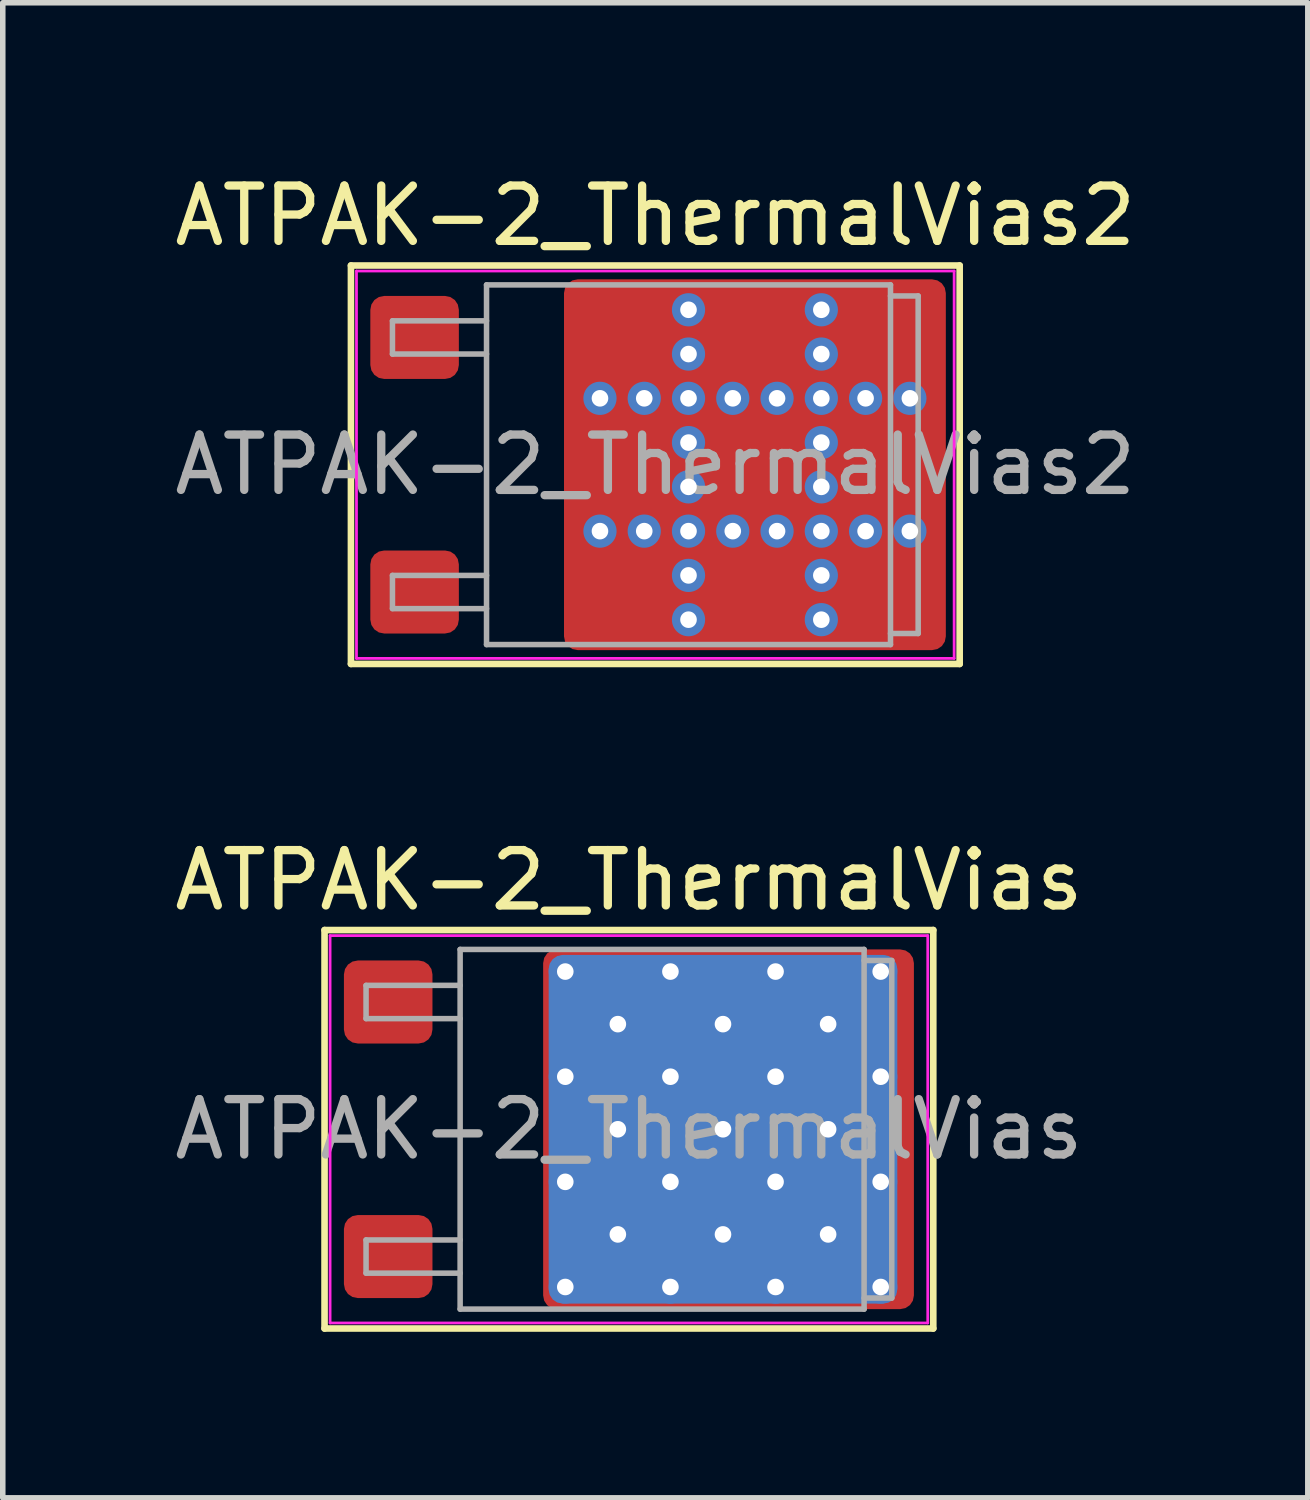
<source format=kicad_pcb>
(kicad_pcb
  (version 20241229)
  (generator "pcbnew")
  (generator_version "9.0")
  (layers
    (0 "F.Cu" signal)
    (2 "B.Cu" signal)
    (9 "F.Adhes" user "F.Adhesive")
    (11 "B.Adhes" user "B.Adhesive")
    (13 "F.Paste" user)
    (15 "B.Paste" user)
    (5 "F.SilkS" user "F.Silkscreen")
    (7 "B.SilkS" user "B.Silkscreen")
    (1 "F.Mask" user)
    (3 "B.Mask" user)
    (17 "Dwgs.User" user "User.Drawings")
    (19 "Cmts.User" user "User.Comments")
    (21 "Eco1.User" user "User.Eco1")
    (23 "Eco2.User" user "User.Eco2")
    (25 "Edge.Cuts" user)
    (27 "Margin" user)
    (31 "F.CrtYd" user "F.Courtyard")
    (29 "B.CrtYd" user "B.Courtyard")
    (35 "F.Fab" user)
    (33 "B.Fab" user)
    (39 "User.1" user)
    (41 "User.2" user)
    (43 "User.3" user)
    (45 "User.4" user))
  (footprint "ATPAK-2_ThermalVias2"
    (layer "F.Cu")
    (at 8.792 5.348)
    (property "Reference" "ATPAK-2_ThermalVias2" (at 0 -4.5 0) (layer "F.SilkS") (effects (font (size 1 1) (thickness 0.15))))
    (attr smd)
    (fp_line (start -5.5 -3.6) (end -5.5 3.6) (stroke (width 0.12) (type solid)) (layer "F.SilkS"))
    (fp_line (start -5.5 3.6) (end 5.5 3.6) (stroke (width 0.12) (type solid)) (layer "F.SilkS"))
    (fp_line (start 5.5 -3.6) (end -5.5 -3.6) (stroke (width 0.12) (type solid)) (layer "F.SilkS"))
    (fp_line (start 5.5 3.6) (end 5.5 -3.6) (stroke (width 0.12) (type solid)) (layer "F.SilkS"))
    (fp_line (start -5.4 -3.5) (end -5.4 3.5) (stroke (width 0.05) (type solid)) (layer "F.CrtYd"))
    (fp_line (start -5.4 3.5) (end 5.4 3.5) (stroke (width 0.05) (type solid)) (layer "F.CrtYd"))
    (fp_line (start 5.4 -3.5) (end -5.4 -3.5) (stroke (width 0.05) (type solid)) (layer "F.CrtYd"))
    (fp_line (start 5.4 3.5) (end 5.4 -3.5) (stroke (width 0.05) (type solid)) (layer "F.CrtYd"))
    (fp_line (start -4.75 -2.6) (end -4.75 -2) (stroke (width 0.1) (type solid)) (layer "F.Fab"))
    (fp_line (start -4.75 -2) (end -3.05 -2) (stroke (width 0.1) (type solid)) (layer "F.Fab"))
    (fp_line (start -4.75 2) (end -4.75 2.6) (stroke (width 0.1) (type solid)) (layer "F.Fab"))
    (fp_line (start -4.75 2.6) (end -3.05 2.6) (stroke (width 0.1) (type solid)) (layer "F.Fab"))
    (fp_line (start -3.05 -3.25) (end 4.25 -3.25) (stroke (width 0.1) (type solid)) (layer "F.Fab"))
    (fp_line (start -3.05 -2.6) (end -4.75 -2.6) (stroke (width 0.1) (type solid)) (layer "F.Fab"))
    (fp_line (start -3.05 2) (end -4.75 2) (stroke (width 0.1) (type solid)) (layer "F.Fab"))
    (fp_line (start -3.05 3.25) (end -3.05 -3.25) (stroke (width 0.1) (type solid)) (layer "F.Fab"))
    (fp_line (start 4.25 -3.25) (end 4.25 3.25) (stroke (width 0.1) (type solid)) (layer "F.Fab"))
    (fp_line (start 4.25 -3.05) (end 4.75 -3.05) (stroke (width 0.1) (type solid)) (layer "F.Fab"))
    (fp_line (start 4.25 3.25) (end -3.05 3.25) (stroke (width 0.1) (type solid)) (layer "F.Fab"))
    (fp_line (start 4.75 -3.05) (end 4.75 3.05) (stroke (width 0.1) (type solid)) (layer "F.Fab"))
    (fp_line (start 4.75 3.05) (end 4.25 3.05) (stroke (width 0.1) (type solid)) (layer "F.Fab"))
    (fp_text user "${REFERENCE}" (at 0 0 0) (layer "F.Fab") (effects (font (size 1 1) (thickness 0.15))))
    (pad "" smd roundrect (at -1.1 -2.825) (size 0.7 0.65) (layers "F.Paste") (roundrect_rratio 0.25))
    (pad "" smd roundrect (at -1.1 -1.925) (size 0.7 0.65) (layers "F.Paste") (roundrect_rratio 0.25))
    (pad "" smd roundrect (at -1.1 -0.45) (size 0.7 0.7) (layers "F.Paste") (roundrect_rratio 0.25))
    (pad "" smd roundrect (at -1.1 0.45) (size 0.7 0.7) (layers "F.Paste") (roundrect_rratio 0.25))
    (pad "" smd roundrect (at -1.1 1.925) (size 0.7 0.65) (layers "F.Paste") (roundrect_rratio 0.25))
    (pad "" smd roundrect (at -1.1 2.825) (size 0.7 0.65) (layers "F.Paste") (roundrect_rratio 0.25))
    (pad "" smd roundrect (at -0.625 -2.375) (size 1.85 1.75) (layers "F.Mask") (roundrect_rratio 0.143))
    (pad "" smd roundrect (at -0.625 0) (size 1.85 1.8) (layers "F.Mask") (roundrect_rratio 0.139))
    (pad "" smd roundrect (at -0.625 2.375) (size 1.85 1.75) (layers "F.Mask") (roundrect_rratio 0.143))
    (pad "" smd roundrect (at -0.15 -2.825) (size 0.7 0.65) (layers "F.Paste") (roundrect_rratio 0.25))
    (pad "" smd roundrect (at -0.15 -1.925) (size 0.7 0.65) (layers "F.Paste") (roundrect_rratio 0.25))
    (pad "" smd roundrect (at -0.15 -0.45) (size 0.7 0.7) (layers "F.Paste") (roundrect_rratio 0.25))
    (pad "" smd roundrect (at -0.15 0.45) (size 0.7 0.7) (layers "F.Paste") (roundrect_rratio 0.25))
    (pad "" smd roundrect (at -0.15 1.925) (size 0.7 0.65) (layers "F.Paste") (roundrect_rratio 0.25))
    (pad "" smd roundrect (at -0.15 2.825) (size 0.7 0.65) (layers "F.Paste") (roundrect_rratio 0.25))
    (pad "" smd roundrect (at 1.35 -2.825) (size 0.7 0.65) (layers "F.Paste") (roundrect_rratio 0.25))
    (pad "" smd roundrect (at 1.35 -1.925) (size 0.7 0.65) (layers "F.Paste") (roundrect_rratio 0.25))
    (pad "" smd roundrect (at 1.35 -0.45) (size 0.7 0.7) (layers "F.Paste") (roundrect_rratio 0.25))
    (pad "" smd roundrect (at 1.35 0.45) (size 0.7 0.7) (layers "F.Paste") (roundrect_rratio 0.25))
    (pad "" smd roundrect (at 1.35 1.925) (size 0.7 0.65) (layers "F.Paste") (roundrect_rratio 0.25))
    (pad "" smd roundrect (at 1.35 2.825) (size 0.7 0.65) (layers "F.Paste") (roundrect_rratio 0.25))
    (pad "" smd roundrect (at 1.8 -2.375) (size 1.8 1.75) (layers "F.Mask") (roundrect_rratio 0.143))
    (pad "" smd roundrect (at 1.8 0) (size 1.8 1.8) (layers "F.Mask") (roundrect_rratio 0.139))
    (pad "" smd roundrect (at 1.8 2.375) (size 1.8 1.75) (layers "F.Mask") (roundrect_rratio 0.143))
    (pad "" smd roundrect (at 2.25 -2.825) (size 0.7 0.65) (layers "F.Paste") (roundrect_rratio 0.25))
    (pad "" smd roundrect (at 2.25 -1.925) (size 0.7 0.65) (layers "F.Paste") (roundrect_rratio 0.25))
    (pad "" smd roundrect (at 2.25 -0.45) (size 0.7 0.7) (layers "F.Paste") (roundrect_rratio 0.25))
    (pad "" smd roundrect (at 2.25 0.45) (size 0.7 0.7) (layers "F.Paste") (roundrect_rratio 0.25))
    (pad "" smd roundrect (at 2.25 1.925) (size 0.7 0.65) (layers "F.Paste") (roundrect_rratio 0.25))
    (pad "" smd roundrect (at 2.25 2.825) (size 0.7 0.65) (layers "F.Paste") (roundrect_rratio 0.25))
    (pad "" smd roundrect (at 3.75 -2.825) (size 0.7 0.65) (layers "F.Paste") (roundrect_rratio 0.25))
    (pad "" smd roundrect (at 3.75 -1.925) (size 0.7 0.65) (layers "F.Paste") (roundrect_rratio 0.25))
    (pad "" smd roundrect (at 3.75 -0.45) (size 0.7 0.7) (layers "F.Paste") (roundrect_rratio 0.25))
    (pad "" smd roundrect (at 3.75 0.45) (size 0.7 0.7) (layers "F.Paste") (roundrect_rratio 0.25))
    (pad "" smd roundrect (at 3.75 1.925) (size 0.7 0.65) (layers "F.Paste") (roundrect_rratio 0.25))
    (pad "" smd roundrect (at 3.75 2.825) (size 0.7 0.65) (layers "F.Paste") (roundrect_rratio 0.25))
    (pad "" smd roundrect (at 4.225 -2.375) (size 1.85 1.75) (layers "F.Mask") (roundrect_rratio 0.143))
    (pad "" smd roundrect (at 4.225 0) (size 1.85 1.8) (layers "F.Mask") (roundrect_rratio 0.139))
    (pad "" smd roundrect (at 4.225 2.375) (size 1.85 1.75) (layers "F.Mask") (roundrect_rratio 0.143))
    (pad "" smd roundrect (at 4.7 -2.825) (size 0.7 0.65) (layers "F.Paste") (roundrect_rratio 0.25))
    (pad "" smd roundrect (at 4.7 -1.925) (size 0.7 0.65) (layers "F.Paste") (roundrect_rratio 0.25))
    (pad "" smd roundrect (at 4.7 -0.45) (size 0.7 0.7) (layers "F.Paste") (roundrect_rratio 0.25))
    (pad "" smd roundrect (at 4.7 0.45) (size 0.7 0.7) (layers "F.Paste") (roundrect_rratio 0.25))
    (pad "" smd roundrect (at 4.7 1.925) (size 0.7 0.65) (layers "F.Paste") (roundrect_rratio 0.25))
    (pad "" smd roundrect (at 4.7 2.825) (size 0.7 0.65) (layers "F.Paste") (roundrect_rratio 0.25))
    (pad "1" smd roundrect (at -4.35 -2.3) (size 1.6 1.5) (layers "F.Cu" "F.Mask" "F.Paste") (roundrect_rratio 0.167))
    (pad "2" thru_hole circle (at -1 -1.2) (size 0.6 0.6) (drill 0.3) (property pad_prop_heatsink) (layers "*.Cu" "*.Mask"))
    (pad "2" thru_hole circle (at -1 1.2 180) (size 0.6 0.6) (drill 0.3) (property pad_prop_heatsink) (layers "*.Cu" "*.Mask"))
    (pad "2" thru_hole circle (at -0.2 -1.2) (size 0.6 0.6) (drill 0.3) (property pad_prop_heatsink) (layers "*.Cu" "*.Mask"))
    (pad "2" thru_hole circle (at -0.2 1.2 180) (size 0.6 0.6) (drill 0.3) (property pad_prop_heatsink) (layers "*.Cu" "*.Mask"))
    (pad "2" thru_hole circle (at 0.6 -2.8) (size 0.6 0.6) (drill 0.3) (property pad_prop_heatsink) (layers "*.Cu" "*.Mask"))
    (pad "2" thru_hole circle (at 0.6 -2) (size 0.6 0.6) (drill 0.3) (property pad_prop_heatsink) (layers "*.Cu" "*.Mask"))
    (pad "2" thru_hole circle (at 0.6 -1.2) (size 0.6 0.6) (drill 0.3) (property pad_prop_heatsink) (layers "*.Cu" "*.Mask"))
    (pad "2" thru_hole circle (at 0.6 -0.4) (size 0.6 0.6) (drill 0.3) (property pad_prop_heatsink) (layers "*.Cu" "*.Mask"))
    (pad "2" thru_hole circle (at 0.6 0.4 180) (size 0.6 0.6) (drill 0.3) (property pad_prop_heatsink) (layers "*.Cu" "*.Mask"))
    (pad "2" thru_hole circle (at 0.6 1.2 180) (size 0.6 0.6) (drill 0.3) (property pad_prop_heatsink) (layers "*.Cu" "*.Mask"))
    (pad "2" thru_hole circle (at 0.6 2 180) (size 0.6 0.6) (drill 0.3) (property pad_prop_heatsink) (layers "*.Cu" "*.Mask"))
    (pad "2" thru_hole circle (at 0.6 2.8 180) (size 0.6 0.6) (drill 0.3) (property pad_prop_heatsink) (layers "*.Cu" "*.Mask"))
    (pad "2" thru_hole circle (at 1.4 -1.2) (size 0.6 0.6) (drill 0.3) (property pad_prop_heatsink) (layers "*.Cu" "*.Mask"))
    (pad "2" thru_hole circle (at 1.4 1.2 180) (size 0.6 0.6) (drill 0.3) (property pad_prop_heatsink) (layers "*.Cu" "*.Mask"))
    (pad "2" smd roundrect (at 1.8 0) (size 6.9 6.7) (layers "F.Cu") (roundrect_rratio 0.037))
    (pad "2" thru_hole circle (at 2.2 -1.2) (size 0.6 0.6) (drill 0.3) (property pad_prop_heatsink) (layers "*.Cu" "*.Mask"))
    (pad "2" thru_hole circle (at 2.2 1.2 180) (size 0.6 0.6) (drill 0.3) (property pad_prop_heatsink) (layers "*.Cu" "*.Mask"))
    (pad "2" thru_hole circle (at 3 -2.8) (size 0.6 0.6) (drill 0.3) (property pad_prop_heatsink) (layers "*.Cu" "*.Mask"))
    (pad "2" thru_hole circle (at 3 -2) (size 0.6 0.6) (drill 0.3) (property pad_prop_heatsink) (layers "*.Cu" "*.Mask"))
    (pad "2" thru_hole circle (at 3 -1.2) (size 0.6 0.6) (drill 0.3) (property pad_prop_heatsink) (layers "*.Cu" "*.Mask"))
    (pad "2" thru_hole circle (at 3 -0.4) (size 0.6 0.6) (drill 0.3) (property pad_prop_heatsink) (layers "*.Cu" "*.Mask"))
    (pad "2" thru_hole circle (at 3 0.4 180) (size 0.6 0.6) (drill 0.3) (property pad_prop_heatsink) (layers "*.Cu" "*.Mask"))
    (pad "2" thru_hole circle (at 3 1.2 180) (size 0.6 0.6) (drill 0.3) (property pad_prop_heatsink) (layers "*.Cu" "*.Mask"))
    (pad "2" thru_hole circle (at 3 2 180) (size 0.6 0.6) (drill 0.3) (property pad_prop_heatsink) (layers "*.Cu" "*.Mask"))
    (pad "2" thru_hole circle (at 3 2.8 180) (size 0.6 0.6) (drill 0.3) (property pad_prop_heatsink) (layers "*.Cu" "*.Mask"))
    (pad "2" thru_hole circle (at 3.8 -1.2) (size 0.6 0.6) (drill 0.3) (property pad_prop_heatsink) (layers "*.Cu" "*.Mask"))
    (pad "2" thru_hole circle (at 3.8 1.2 180) (size 0.6 0.6) (drill 0.3) (property pad_prop_heatsink) (layers "*.Cu" "*.Mask"))
    (pad "2" thru_hole circle (at 4.6 -1.2) (size 0.6 0.6) (drill 0.3) (property pad_prop_heatsink) (layers "*.Cu" "*.Mask"))
    (pad "2" thru_hole circle (at 4.6 1.2 180) (size 0.6 0.6) (drill 0.3) (property pad_prop_heatsink) (layers "*.Cu" "*.Mask"))
    (pad "3" smd roundrect (at -4.35 2.3) (size 1.6 1.5) (layers "F.Cu" "F.Mask" "F.Paste") (roundrect_rratio 0.167)))
  (footprint "ATPAK-2_ThermalVias"
    (layer "F.Cu")
    (at 8.315 17.357)
    (property "Reference" "ATPAK-2_ThermalVias" (at 0 -4.5 0) (layer "F.SilkS") (effects (font (size 1 1) (thickness 0.15))))
    (attr smd)
    (fp_line (start -5.5 -3.6) (end -5.5 3.6) (stroke (width 0.12) (type solid)) (layer "F.SilkS"))
    (fp_line (start -5.5 3.6) (end 5.5 3.6) (stroke (width 0.12) (type solid)) (layer "F.SilkS"))
    (fp_line (start 5.5 -3.6) (end -5.5 -3.6) (stroke (width 0.12) (type solid)) (layer "F.SilkS"))
    (fp_line (start 5.5 3.6) (end 5.5 -3.6) (stroke (width 0.12) (type solid)) (layer "F.SilkS"))
    (fp_line (start -5.4 -3.5) (end -5.4 3.5) (stroke (width 0.05) (type solid)) (layer "F.CrtYd"))
    (fp_line (start -5.4 3.5) (end 5.4 3.5) (stroke (width 0.05) (type solid)) (layer "F.CrtYd"))
    (fp_line (start 5.4 -3.5) (end -5.4 -3.5) (stroke (width 0.05) (type solid)) (layer "F.CrtYd"))
    (fp_line (start 5.4 3.5) (end 5.4 -3.5) (stroke (width 0.05) (type solid)) (layer "F.CrtYd"))
    (fp_line (start -4.75 -2.6) (end -4.75 -2) (stroke (width 0.1) (type solid)) (layer "F.Fab"))
    (fp_line (start -4.75 -2) (end -3.05 -2) (stroke (width 0.1) (type solid)) (layer "F.Fab"))
    (fp_line (start -4.75 2) (end -4.75 2.6) (stroke (width 0.1) (type solid)) (layer "F.Fab"))
    (fp_line (start -4.75 2.6) (end -3.05 2.6) (stroke (width 0.1) (type solid)) (layer "F.Fab"))
    (fp_line (start -3.05 -3.25) (end 4.25 -3.25) (stroke (width 0.1) (type solid)) (layer "F.Fab"))
    (fp_line (start -3.05 -2.6) (end -4.75 -2.6) (stroke (width 0.1) (type solid)) (layer "F.Fab"))
    (fp_line (start -3.05 2) (end -4.75 2) (stroke (width 0.1) (type solid)) (layer "F.Fab"))
    (fp_line (start -3.05 3.25) (end -3.05 -3.25) (stroke (width 0.1) (type solid)) (layer "F.Fab"))
    (fp_line (start 4.25 -3.25) (end 4.25 3.25) (stroke (width 0.1) (type solid)) (layer "F.Fab"))
    (fp_line (start 4.25 -3.05) (end 4.75 -3.05) (stroke (width 0.1) (type solid)) (layer "F.Fab"))
    (fp_line (start 4.25 3.25) (end -3.05 3.25) (stroke (width 0.1) (type solid)) (layer "F.Fab"))
    (fp_line (start 4.75 -3.05) (end 4.75 3.05) (stroke (width 0.1) (type solid)) (layer "F.Fab"))
    (fp_line (start 4.75 3.05) (end 4.25 3.05) (stroke (width 0.1) (type solid)) (layer "F.Fab"))
    (fp_text user "${REFERENCE}" (at 0 0 0) (layer "F.Fab") (effects (font (size 1 1) (thickness 0.15))))
    (pad "" smd roundrect (at -0.2 -2.6) (size 1.6 1.1) (layers "F.Paste") (roundrect_rratio 0.227))
    (pad "" smd roundrect (at -0.2 -0.95) (size 1.6 1.6) (layers "F.Paste") (roundrect_rratio 0.156))
    (pad "" smd roundrect (at -0.2 0.95) (size 1.6 1.6) (layers "F.Paste") (roundrect_rratio 0.156))
    (pad "" smd roundrect (at -0.2 2.6) (size 1.6 1.1) (layers "F.Paste") (roundrect_rratio 0.227))
    (pad "" smd roundrect (at 1.7 -2.6) (size 1.6 1.1) (layers "F.Paste") (roundrect_rratio 0.227))
    (pad "" smd roundrect (at 1.7 -0.95) (size 1.6 1.6) (layers "F.Paste") (roundrect_rratio 0.156))
    (pad "" smd roundrect (at 1.7 0.95) (size 1.6 1.6) (layers "F.Paste") (roundrect_rratio 0.156))
    (pad "" smd roundrect (at 1.7 2.6) (size 1.6 1.1) (layers "F.Paste") (roundrect_rratio 0.227))
    (pad "" smd roundrect (at 3.6 -2.6) (size 1.6 1.1) (layers "F.Paste") (roundrect_rratio 0.227))
    (pad "" smd roundrect (at 3.6 -0.95) (size 1.6 1.6) (layers "F.Paste") (roundrect_rratio 0.156))
    (pad "" smd roundrect (at 3.6 0.95) (size 1.6 1.6) (layers "F.Paste") (roundrect_rratio 0.156))
    (pad "" smd roundrect (at 3.6 2.6) (size 1.6 1.1) (layers "F.Paste") (roundrect_rratio 0.227))
    (pad "" smd roundrect (at 4.825 -2.375 90) (size 0.75 0.45) (layers "F.Paste") (roundrect_rratio 0.25))
    (pad "" smd roundrect (at 4.825 -1.425 90) (size 0.75 0.45) (layers "F.Paste") (roundrect_rratio 0.25))
    (pad "" smd roundrect (at 4.825 -0.475 90) (size 0.75 0.45) (layers "F.Paste") (roundrect_rratio 0.25))
    (pad "" smd roundrect (at 4.825 0.475 90) (size 0.75 0.45) (layers "F.Paste") (roundrect_rratio 0.25))
    (pad "" smd roundrect (at 4.825 1.425 90) (size 0.75 0.45) (layers "F.Paste") (roundrect_rratio 0.25))
    (pad "" smd roundrect (at 4.825 2.375 90) (size 0.75 0.45) (layers "F.Paste") (roundrect_rratio 0.25))
    (pad "1" smd roundrect (at -4.35 -2.3) (size 1.6 1.5) (layers "F.Cu" "F.Mask" "F.Paste") (roundrect_rratio 0.167))
    (pad "2" thru_hole circle (at -1.15 -2.85) (size 0.6 0.6) (drill 0.3) (property pad_prop_heatsink) (layers "*.Cu"))
    (pad "2" thru_hole circle (at -1.15 -0.95) (size 0.6 0.6) (drill 0.3) (property pad_prop_heatsink) (layers "*.Cu"))
    (pad "2" thru_hole circle (at -1.15 0.95) (size 0.6 0.6) (drill 0.3) (property pad_prop_heatsink) (layers "*.Cu"))
    (pad "2" thru_hole circle (at -1.15 2.85) (size 0.6 0.6) (drill 0.3) (property pad_prop_heatsink) (layers "*.Cu"))
    (pad "2" thru_hole circle (at -0.2 -1.9) (size 0.6 0.6) (drill 0.3) (property pad_prop_heatsink) (layers "*.Cu"))
    (pad "2" thru_hole circle (at -0.2 0) (size 0.6 0.6) (drill 0.3) (property pad_prop_heatsink) (layers "*.Cu"))
    (pad "2" thru_hole circle (at -0.2 1.9) (size 0.6 0.6) (drill 0.3) (property pad_prop_heatsink) (layers "*.Cu"))
    (pad "2" thru_hole circle (at 0.75 -2.85) (size 0.6 0.6) (drill 0.3) (property pad_prop_heatsink) (layers "*.Cu"))
    (pad "2" thru_hole circle (at 0.75 -0.95) (size 0.6 0.6) (drill 0.3) (property pad_prop_heatsink) (layers "*.Cu"))
    (pad "2" thru_hole circle (at 0.75 0.95) (size 0.6 0.6) (drill 0.3) (property pad_prop_heatsink) (layers "*.Cu"))
    (pad "2" thru_hole circle (at 0.75 2.85) (size 0.6 0.6) (drill 0.3) (property pad_prop_heatsink) (layers "*.Cu"))
    (pad "2" thru_hole circle (at 1.7 -1.9) (size 0.6 0.6) (drill 0.3) (property pad_prop_heatsink) (layers "*.Cu"))
    (pad "2" thru_hole circle (at 1.7 0) (size 0.6 0.6) (drill 0.3) (property pad_prop_heatsink) (layers "*.Cu"))
    (pad "2" smd roundrect (at 1.7 0) (size 6.3 6.3) (layers "B.Cu" "B.Mask") (roundrect_rratio 0.04))
    (pad "2" thru_hole circle (at 1.7 1.9) (size 0.6 0.6) (drill 0.3) (property pad_prop_heatsink) (layers "*.Cu"))
    (pad "2" smd roundrect (at 1.8 0) (size 6.7 6.5) (layers "F.Cu" "F.Mask") (roundrect_rratio 0.038))
    (pad "2" thru_hole circle (at 2.65 -2.85) (size 0.6 0.6) (drill 0.3) (property pad_prop_heatsink) (layers "*.Cu"))
    (pad "2" thru_hole circle (at 2.65 -0.95) (size 0.6 0.6) (drill 0.3) (property pad_prop_heatsink) (layers "*.Cu"))
    (pad "2" thru_hole circle (at 2.65 0.95) (size 0.6 0.6) (drill 0.3) (property pad_prop_heatsink) (layers "*.Cu"))
    (pad "2" thru_hole circle (at 2.65 2.85) (size 0.6 0.6) (drill 0.3) (property pad_prop_heatsink) (layers "*.Cu"))
    (pad "2" thru_hole circle (at 3.6 -1.9) (size 0.6 0.6) (drill 0.3) (property pad_prop_heatsink) (layers "*.Cu"))
    (pad "2" thru_hole circle (at 3.6 0) (size 0.6 0.6) (drill 0.3) (property pad_prop_heatsink) (layers "*.Cu"))
    (pad "2" thru_hole circle (at 3.6 1.9) (size 0.6 0.6) (drill 0.3) (property pad_prop_heatsink) (layers "*.Cu"))
    (pad "2" thru_hole circle (at 4.55 -2.85) (size 0.6 0.6) (drill 0.3) (property pad_prop_heatsink) (layers "*.Cu"))
    (pad "2" thru_hole circle (at 4.55 -0.95) (size 0.6 0.6) (drill 0.3) (property pad_prop_heatsink) (layers "*.Cu"))
    (pad "2" thru_hole circle (at 4.55 0.95) (size 0.6 0.6) (drill 0.3) (property pad_prop_heatsink) (layers "*.Cu"))
    (pad "2" thru_hole circle (at 4.55 2.85) (size 0.6 0.6) (drill 0.3) (property pad_prop_heatsink) (layers "*.Cu"))
    (pad "3" smd roundrect (at -4.35 2.3) (size 1.6 1.5) (layers "F.Cu" "F.Mask" "F.Paste") (roundrect_rratio 0.167)))
  (gr_rect
    (start -3 -3)
    (end 20.583 24.017)
    (stroke (width 0.1) (type default))
    (fill no)
    (layer "Edge.Cuts")))
</source>
